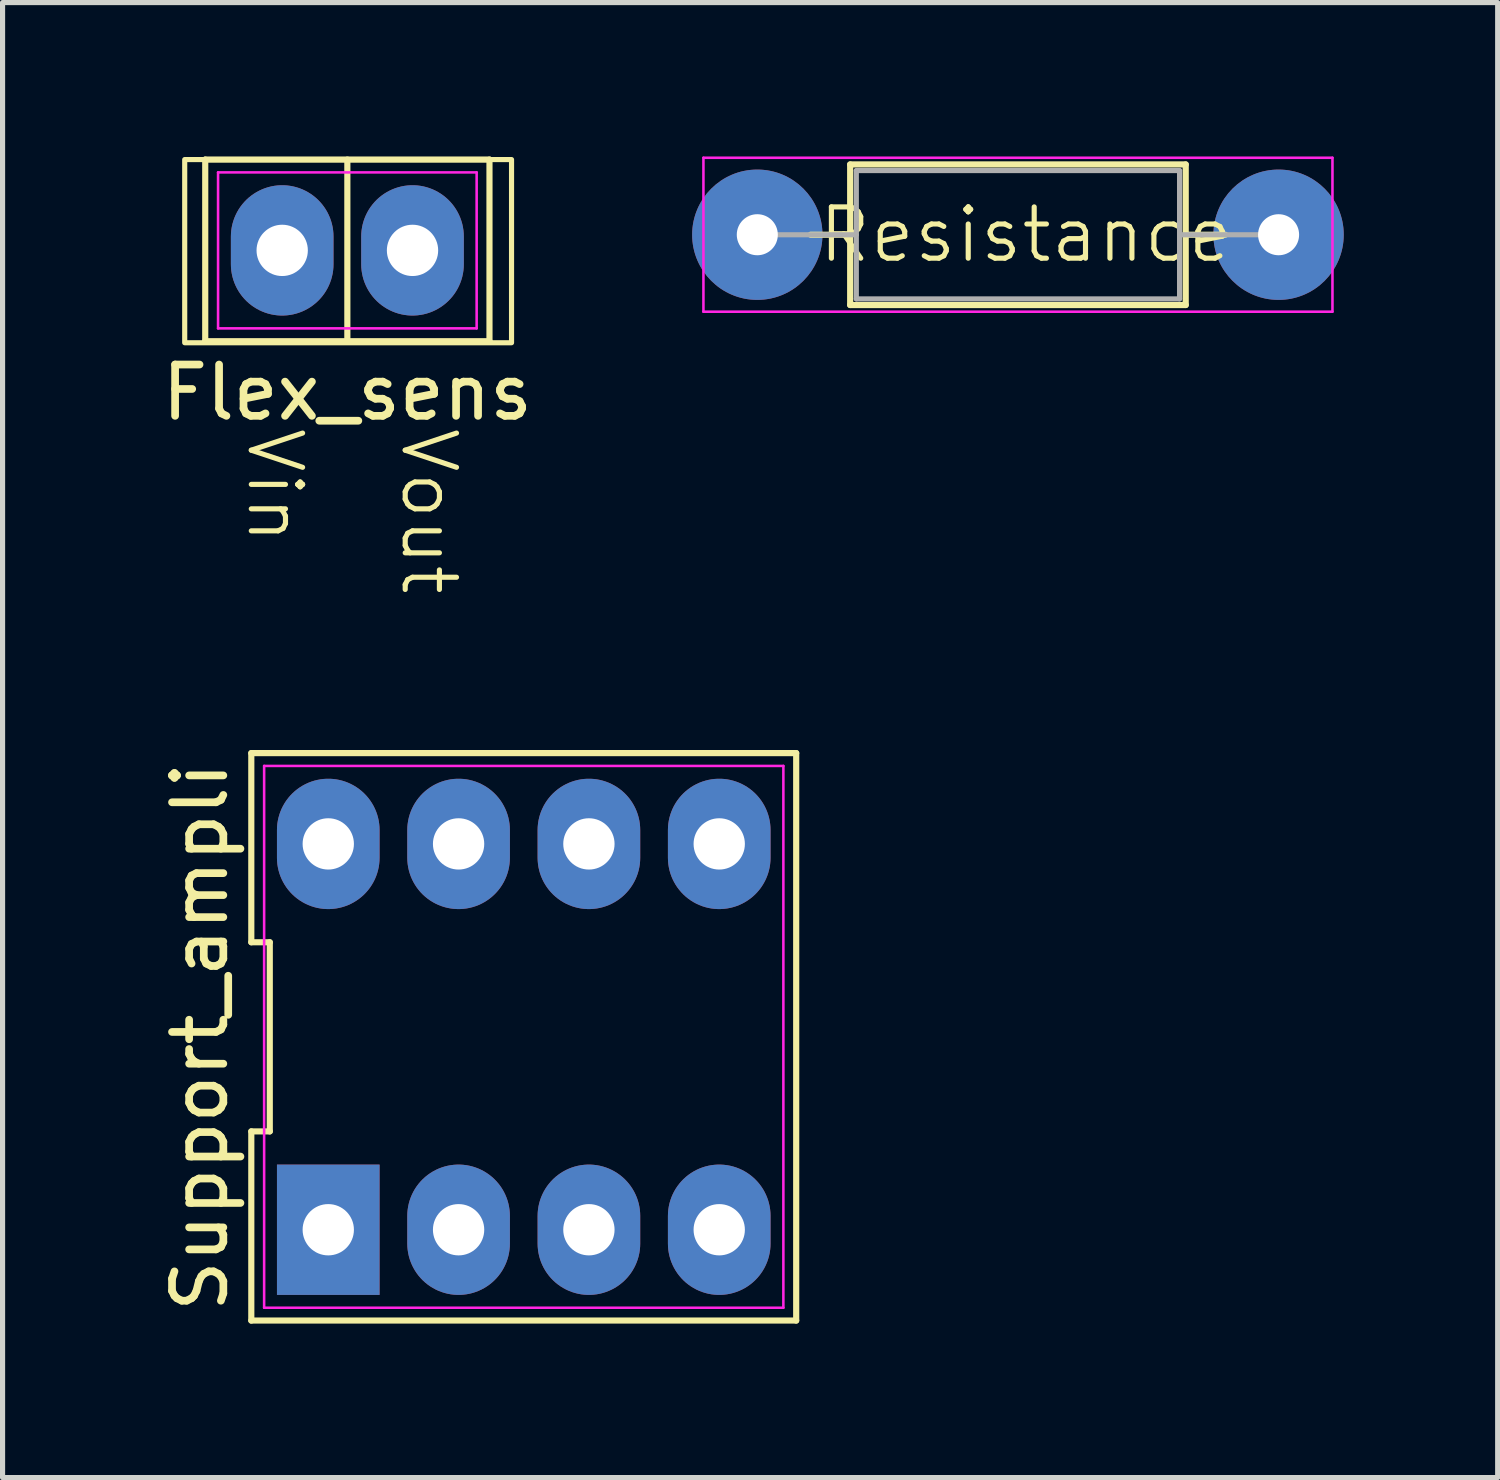
<source format=kicad_pcb>
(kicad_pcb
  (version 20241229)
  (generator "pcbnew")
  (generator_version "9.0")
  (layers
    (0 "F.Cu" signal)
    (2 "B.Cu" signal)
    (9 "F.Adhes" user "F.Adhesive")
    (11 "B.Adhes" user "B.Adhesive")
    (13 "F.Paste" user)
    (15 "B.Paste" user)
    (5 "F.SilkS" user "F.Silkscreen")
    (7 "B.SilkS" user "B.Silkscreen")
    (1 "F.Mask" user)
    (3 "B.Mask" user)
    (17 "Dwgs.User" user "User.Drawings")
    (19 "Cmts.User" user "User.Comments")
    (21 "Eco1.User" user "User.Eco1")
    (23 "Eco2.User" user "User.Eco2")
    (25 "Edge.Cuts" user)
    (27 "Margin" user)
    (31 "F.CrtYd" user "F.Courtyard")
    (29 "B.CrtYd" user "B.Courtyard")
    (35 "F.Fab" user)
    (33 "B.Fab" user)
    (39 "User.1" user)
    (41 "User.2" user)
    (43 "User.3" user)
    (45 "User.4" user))
  (footprint "Support_ampli"
    (layer "F.Cu")
    (at 7.158 17.158)
    (property "Reference" "Support_ampli" (at -6.31 0 90) (layer "F.SilkS") (effects (font (size 1 1) (thickness 0.15))))
    (attr through_hole)
    (fp_line (start -5.31 -5.53) (end -5.31 -1.843) (stroke (width 0.12) (type default)) (layer "F.SilkS"))
    (fp_line (start -5.31 -1.843) (end -4.95 -1.843) (stroke (width 0.12) (type default)) (layer "F.SilkS"))
    (fp_line (start -5.31 1.843) (end -5.31 5.53) (stroke (width 0.12) (type default)) (layer "F.SilkS"))
    (fp_line (start -5.31 5.53) (end 5.31 5.53) (stroke (width 0.12) (type default)) (layer "F.SilkS"))
    (fp_line (start -4.95 -1.843) (end -4.95 1.843) (stroke (width 0.12) (type default)) (layer "F.SilkS"))
    (fp_line (start -4.95 1.843) (end -5.31 1.843) (stroke (width 0.12) (type default)) (layer "F.SilkS"))
    (fp_line (start 5.31 -5.53) (end -5.31 -5.53) (stroke (width 0.12) (type default)) (layer "F.SilkS"))
    (fp_line (start 5.31 5.53) (end 5.31 -5.53) (stroke (width 0.12) (type default)) (layer "F.SilkS"))
    (fp_line (start -5.06 -5.28) (end 5.06 -5.28) (stroke (width 0.05) (type default)) (layer "F.CrtYd"))
    (fp_line (start -5.06 5.28) (end -5.06 -5.28) (stroke (width 0.05) (type default)) (layer "F.CrtYd"))
    (fp_line (start 5.06 -5.28) (end 5.06 5.28) (stroke (width 0.05) (type default)) (layer "F.CrtYd"))
    (fp_line (start 5.06 5.28) (end -5.06 5.28) (stroke (width 0.05) (type default)) (layer "F.CrtYd"))
    (pad "1" thru_hole rect (at -3.81 3.76) (size 2 2.54) (drill 1) (layers "*.Cu" "*.Mask"))
    (pad "2" thru_hole oval (at -1.27 3.76) (size 2 2.54) (drill 1) (layers "*.Cu" "*.Mask"))
    (pad "3" thru_hole oval (at 1.27 3.76) (size 2 2.54) (drill 1) (layers "*.Cu" "*.Mask"))
    (pad "4" thru_hole oval (at 3.81 3.76) (size 2 2.54) (drill 1) (layers "*.Cu" "*.Mask"))
    (pad "5" thru_hole oval (at 3.81 -3.76) (size 2 2.54) (drill 1) (layers "*.Cu" "*.Mask"))
    (pad "6" thru_hole oval (at 1.27 -3.76) (size 2 2.54) (drill 1) (layers "*.Cu" "*.Mask"))
    (pad "7" thru_hole oval (at -1.27 -3.76) (size 2 2.54) (drill 1) (layers "*.Cu" "*.Mask"))
    (pad "8" thru_hole oval (at -3.81 -3.76) (size 2 2.54) (drill 1) (layers "*.Cu" "*.Mask")))
  (footprint "Flex_sens"
    (layer "F.Cu")
    (at 3.72 1.83)
    (property "Reference" "Flex_sens" (at 0 2.77 0) (layer "F.SilkS") (effects (font (size 1 1) (thickness 0.15))))
    (attr through_hole)
    (fp_line (start -2.77 -1.77) (end 2.77 -1.77) (stroke (width 0.12) (type default)) (layer "F.SilkS"))
    (fp_line (start -2.77 1.77) (end -2.77 -1.77) (stroke (width 0.12) (type default)) (layer "F.SilkS"))
    (fp_line (start 0 -1.77) (end 0 1.77) (stroke (width 0.12) (type default)) (layer "F.SilkS"))
    (fp_line (start 2.77 -1.77) (end 2.77 1.77) (stroke (width 0.12) (type default)) (layer "F.SilkS"))
    (fp_line (start 2.77 1.77) (end -2.77 1.77) (stroke (width 0.12) (type default)) (layer "F.SilkS"))
    (fp_rect (start -3.17 -1.77) (end 3.2 1.8) (stroke (width 0.1) (type default)) (fill no) (layer "F.SilkS"))
    (fp_line (start -2.52 -1.52) (end 2.52 -1.52) (stroke (width 0.05) (type default)) (layer "F.CrtYd"))
    (fp_line (start -2.52 1.52) (end -2.52 -1.52) (stroke (width 0.05) (type default)) (layer "F.CrtYd"))
    (fp_line (start 2.52 -1.52) (end 2.52 1.52) (stroke (width 0.05) (type default)) (layer "F.CrtYd"))
    (fp_line (start 2.52 1.52) (end -2.52 1.52) (stroke (width 0.05) (type default)) (layer "F.CrtYd"))
    (fp_text user "Vin" (at -2 3.4 270) (unlocked yes) (layer "F.SilkS") (effects (font (size 1 1) (thickness 0.1)) (justify left bottom)))
    (fp_text user "Vout" (at 1 3.4 270) (unlocked yes) (layer "F.SilkS") (effects (font (size 1 1) (thickness 0.1)) (justify left bottom)))
    (pad "1" thru_hole oval (at -1.27 0) (size 2 2.54) (drill 1) (layers "*.Cu" "*.Mask"))
    (pad "2" thru_hole oval (at 1.27 0) (size 2 2.54) (drill 1) (layers "*.Cu" "*.Mask")))
  (footprint "Resistance"
    (layer "F.Cu")
    (at 16.69 1.525)
    (property "Reference" "Resistance" (at 0.25 0 0) (unlocked yes) (layer "F.SilkS") (effects (font (size 1 1) (thickness 0.1))))
    (attr through_hole)
    (fp_line (start -3.94 0) (end -3.17 0) (stroke (width 0.12) (type solid)) (layer "F.SilkS"))
    (fp_line (start -3.17 -1.37) (end -3.17 1.37) (stroke (width 0.12) (type solid)) (layer "F.SilkS"))
    (fp_line (start -3.17 1.37) (end 3.37 1.37) (stroke (width 0.12) (type solid)) (layer "F.SilkS"))
    (fp_line (start 3.37 -1.37) (end -3.17 -1.37) (stroke (width 0.12) (type solid)) (layer "F.SilkS"))
    (fp_line (start 3.37 1.37) (end 3.37 -1.37) (stroke (width 0.12) (type solid)) (layer "F.SilkS"))
    (fp_line (start 4.14 0) (end 3.37 0) (stroke (width 0.12) (type solid)) (layer "F.SilkS"))
    (fp_line (start -6.03 -1.5) (end -6.03 1.5) (stroke (width 0.05) (type solid)) (layer "F.CrtYd"))
    (fp_line (start -6.03 1.5) (end 6.23 1.5) (stroke (width 0.05) (type solid)) (layer "F.CrtYd"))
    (fp_line (start 6.23 -1.5) (end -6.03 -1.5) (stroke (width 0.05) (type solid)) (layer "F.CrtYd"))
    (fp_line (start 6.23 1.5) (end 6.23 -1.5) (stroke (width 0.05) (type solid)) (layer "F.CrtYd"))
    (fp_line (start -4.98 0) (end -3.05 0) (stroke (width 0.1) (type solid)) (layer "F.Fab"))
    (fp_line (start -3.05 -1.25) (end -3.05 1.25) (stroke (width 0.1) (type solid)) (layer "F.Fab"))
    (fp_line (start -3.05 1.25) (end 3.25 1.25) (stroke (width 0.1) (type solid)) (layer "F.Fab"))
    (fp_line (start 3.25 -1.25) (end -3.05 -1.25) (stroke (width 0.1) (type solid)) (layer "F.Fab"))
    (fp_line (start 3.25 1.25) (end 3.25 -1.25) (stroke (width 0.1) (type solid)) (layer "F.Fab"))
    (fp_line (start 5.18 0) (end 3.25 0) (stroke (width 0.1) (type solid)) (layer "F.Fab"))
    (pad "1" thru_hole circle (at -4.98 0) (size 2.54 2.54) (drill 0.8) (layers "*.Cu" "*.Mask"))
    (pad "2" thru_hole circle (at 5.18 0) (size 2.54 2.54) (drill 0.8) (layers "*.Cu" "*.Mask")))
  (gr_rect
    (start -3 -3)
    (end 26.14 25.748)
    (stroke (width 0.1) (type default))
    (fill no)
    (layer "Edge.Cuts")))
</source>
